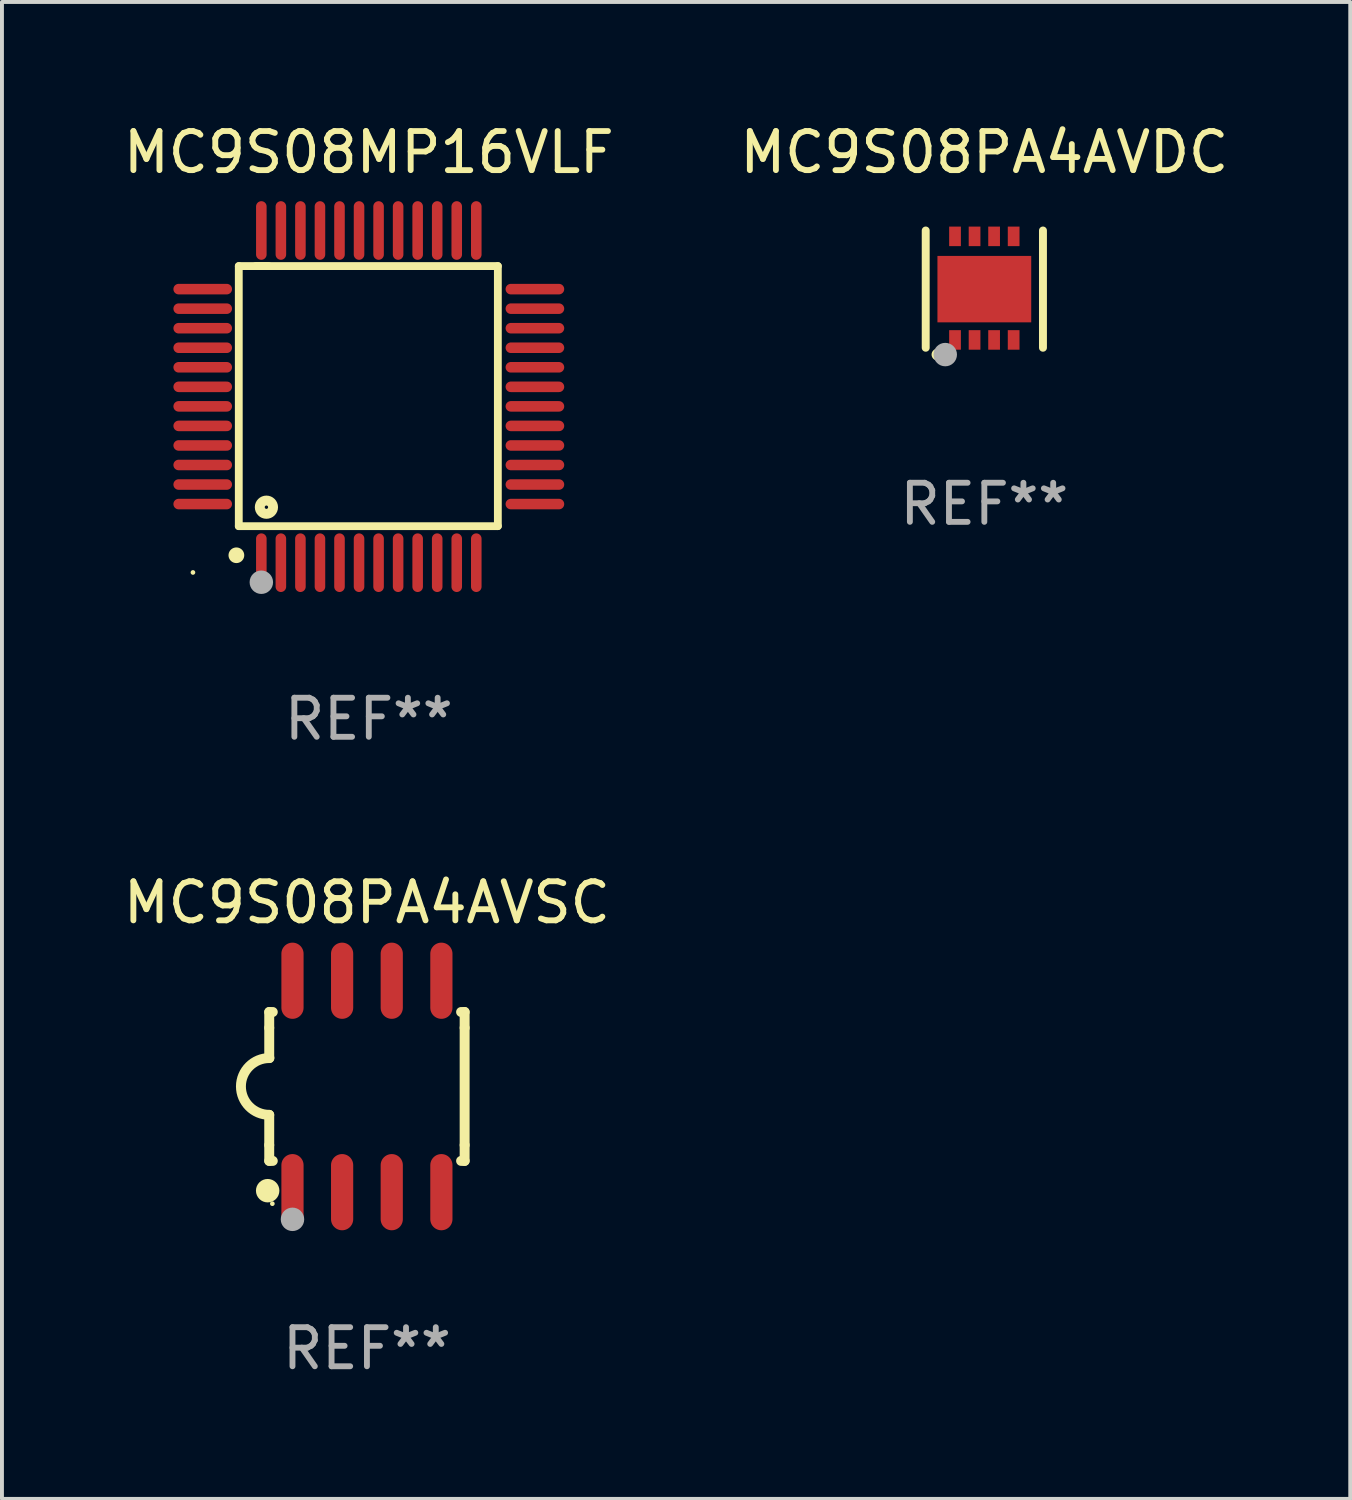
<source format=kicad_pcb>
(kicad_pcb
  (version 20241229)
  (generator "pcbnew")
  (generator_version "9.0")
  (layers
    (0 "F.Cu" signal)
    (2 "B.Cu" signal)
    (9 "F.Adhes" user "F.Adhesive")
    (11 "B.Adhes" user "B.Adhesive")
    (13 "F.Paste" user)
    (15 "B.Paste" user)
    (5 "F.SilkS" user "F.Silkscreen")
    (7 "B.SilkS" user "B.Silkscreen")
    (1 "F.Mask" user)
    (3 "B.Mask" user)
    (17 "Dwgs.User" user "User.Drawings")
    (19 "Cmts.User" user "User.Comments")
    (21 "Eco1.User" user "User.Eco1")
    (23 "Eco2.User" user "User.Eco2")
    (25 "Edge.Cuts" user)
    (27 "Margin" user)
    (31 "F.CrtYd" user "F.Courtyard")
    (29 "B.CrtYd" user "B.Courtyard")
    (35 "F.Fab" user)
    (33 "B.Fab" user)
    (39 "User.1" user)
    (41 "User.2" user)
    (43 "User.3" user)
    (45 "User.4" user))
  (footprint "MC9S08PA4AVSC"
    (layer "F.Cu")
    (at 6.339 24.75)
    (property "Reference" "MC9S08PA4AVSC" (at 0 -4.705 0) (layer "F.SilkS") (effects (font (size 1 1) (thickness 0.15))))
    (attr through_hole)
    (fp_line (start -2.5 -1.905) (end -2.409 -1.905) (stroke (width 0.254) (type solid)) (layer "F.SilkS"))
    (fp_line (start -2.5 -1.5) (end -2.5 -1.905) (stroke (width 0.254) (type solid)) (layer "F.SilkS"))
    (fp_line (start -2.5 -1.5) (end -2.5 -0.726) (stroke (width 0.254) (type solid)) (layer "F.SilkS"))
    (fp_line (start -2.5 1.5) (end -2.5 0.727) (stroke (width 0.254) (type solid)) (layer "F.SilkS"))
    (fp_line (start -2.5 1.5) (end -2.5 1.905) (stroke (width 0.254) (type solid)) (layer "F.SilkS"))
    (fp_line (start -2.5 1.905) (end -2.409 1.905) (stroke (width 0.254) (type solid)) (layer "F.SilkS"))
    (fp_line (start 2.5 -1.905) (end 2.409 -1.905) (stroke (width 0.254) (type solid)) (layer "F.SilkS"))
    (fp_line (start 2.5 -1.5) (end 2.5 -1.905) (stroke (width 0.254) (type solid)) (layer "F.SilkS"))
    (fp_line (start 2.5 -1.5) (end 2.5 1.5) (stroke (width 0.254) (type solid)) (layer "F.SilkS"))
    (fp_line (start 2.5 1.5) (end 2.5 1.905) (stroke (width 0.254) (type solid)) (layer "F.SilkS"))
    (fp_line (start 2.5 1.905) (end 2.409 1.905) (stroke (width 0.254) (type solid)) (layer "F.SilkS"))
    (fp_arc (start -2.5 0.726568) (mid -3.220316 -0.0023) (end -2.495097 -0.726289) (stroke (width 0.254001) (type solid)) (layer "F.SilkS"))
    (fp_circle (center -2.54 2.667) (end -2.39 2.667) (stroke (width 0.3) (type solid)) (fill no) (layer "F.SilkS"))
    (fp_circle (center -2.42 3) (end -2.39 3) (stroke (width 0.06) (type solid)) (fill no) (layer "F.SilkS"))
    (fp_circle (center -1.905 3.4) (end -1.755 3.4) (stroke (width 0.3) (type solid)) (fill no) (layer "F.Fab"))
    (fp_text user "REF**" (at 0 6.705 0) (layer "F.Fab") (effects (font (size 1 1) (thickness 0.15))))
    (pad "1" smd oval (at -1.905 2.705) (size 0.568 1.95) (layers "F.Cu" "F.Mask" "F.Paste"))
    (pad "2" smd oval (at -0.635 2.705) (size 0.568 1.95) (layers "F.Cu" "F.Mask" "F.Paste"))
    (pad "3" smd oval (at 0.635 2.705) (size 0.568 1.95) (layers "F.Cu" "F.Mask" "F.Paste"))
    (pad "4" smd oval (at 1.905 2.705) (size 0.568 1.95) (layers "F.Cu" "F.Mask" "F.Paste"))
    (pad "5" smd oval (at 1.905 -2.705) (size 0.568 1.95) (layers "F.Cu" "F.Mask" "F.Paste"))
    (pad "6" smd oval (at 0.635 -2.705) (size 0.568 1.95) (layers "F.Cu" "F.Mask" "F.Paste"))
    (pad "7" smd oval (at -0.635 -2.705) (size 0.568 1.95) (layers "F.Cu" "F.Mask" "F.Paste"))
    (pad "8" smd oval (at -1.905 -2.705) (size 0.568 1.95) (layers "F.Cu" "F.Mask" "F.Paste")))
  (footprint "MC9S08MP16VLF"
    (layer "F.Cu")
    (at 6.387 7.098)
    (property "Reference" "MC9S08MP16VLF" (at 0 -6.25 0) (layer "F.SilkS") (effects (font (size 1 1) (thickness 0.15))))
    (attr through_hole)
    (fp_line (start -3.327 -3.34) (end -2.565 -3.34) (stroke (width 0.2) (type solid)) (layer "F.SilkS"))
    (fp_line (start -3.327 3.315) (end -3.327 -3.34) (stroke (width 0.2) (type solid)) (layer "F.SilkS"))
    (fp_line (start -2.896 -3.34) (end 3.302 -3.34) (stroke (width 0.2) (type solid)) (layer "F.SilkS"))
    (fp_line (start 3.302 -3.34) (end 3.302 3.315) (stroke (width 0.2) (type solid)) (layer "F.SilkS"))
    (fp_line (start 3.302 3.315) (end -3.327 3.315) (stroke (width 0.2) (type solid)) (layer "F.SilkS"))
    (fp_arc (start -3.389992 4.059995) (mid -3.388722 4.059991) (end -3.387452 4.059995) (stroke (width 0.4) (type solid)) (layer "F.SilkS"))
    (fp_circle (center -4.5 4.5) (end -4.47 4.5) (stroke (width 0.06) (type solid)) (fill no) (layer "F.SilkS"))
    (fp_circle (center -2.62 2.83) (end -2.45 2.83) (stroke (width 0.254) (type solid)) (fill no) (layer "F.SilkS"))
    (fp_circle (center -2.75 4.75) (end -2.6 4.75) (stroke (width 0.3) (type solid)) (fill no) (layer "F.Fab"))
    (fp_text user "REF**" (at 0 8.25 0) (layer "F.Fab") (effects (font (size 1 1) (thickness 0.15))))
    (pad "1" smd oval (at -2.75 4.25) (size 0.27 1.5) (layers "F.Cu" "F.Mask" "F.Paste"))
    (pad "2" smd oval (at -2.25 4.25) (size 0.27 1.5) (layers "F.Cu" "F.Mask" "F.Paste"))
    (pad "3" smd oval (at -1.75 4.25) (size 0.27 1.5) (layers "F.Cu" "F.Mask" "F.Paste"))
    (pad "4" smd oval (at -1.25 4.25) (size 0.27 1.5) (layers "F.Cu" "F.Mask" "F.Paste"))
    (pad "5" smd oval (at -0.75 4.25) (size 0.27 1.5) (layers "F.Cu" "F.Mask" "F.Paste"))
    (pad "6" smd oval (at -0.25 4.25) (size 0.27 1.5) (layers "F.Cu" "F.Mask" "F.Paste"))
    (pad "7" smd oval (at 0.25 4.25) (size 0.27 1.5) (layers "F.Cu" "F.Mask" "F.Paste"))
    (pad "8" smd oval (at 0.75 4.25) (size 0.27 1.5) (layers "F.Cu" "F.Mask" "F.Paste"))
    (pad "9" smd oval (at 1.25 4.25) (size 0.27 1.5) (layers "F.Cu" "F.Mask" "F.Paste"))
    (pad "10" smd oval (at 1.75 4.25) (size 0.27 1.5) (layers "F.Cu" "F.Mask" "F.Paste"))
    (pad "11" smd oval (at 2.25 4.25) (size 0.27 1.5) (layers "F.Cu" "F.Mask" "F.Paste"))
    (pad "12" smd oval (at 2.75 4.25) (size 0.27 1.5) (layers "F.Cu" "F.Mask" "F.Paste"))
    (pad "13" smd oval (at 4.25 2.75) (size 1.5 0.27) (layers "F.Cu" "F.Mask" "F.Paste"))
    (pad "14" smd oval (at 4.25 2.25) (size 1.5 0.27) (layers "F.Cu" "F.Mask" "F.Paste"))
    (pad "15" smd oval (at 4.25 1.75) (size 1.5 0.27) (layers "F.Cu" "F.Mask" "F.Paste"))
    (pad "16" smd oval (at 4.25 1.25) (size 1.5 0.27) (layers "F.Cu" "F.Mask" "F.Paste"))
    (pad "17" smd oval (at 4.25 0.75) (size 1.5 0.27) (layers "F.Cu" "F.Mask" "F.Paste"))
    (pad "18" smd oval (at 4.25 0.25) (size 1.5 0.27) (layers "F.Cu" "F.Mask" "F.Paste"))
    (pad "19" smd oval (at 4.25 -0.25) (size 1.5 0.27) (layers "F.Cu" "F.Mask" "F.Paste"))
    (pad "20" smd oval (at 4.25 -0.75) (size 1.5 0.27) (layers "F.Cu" "F.Mask" "F.Paste"))
    (pad "21" smd oval (at 4.25 -1.25) (size 1.5 0.27) (layers "F.Cu" "F.Mask" "F.Paste"))
    (pad "22" smd oval (at 4.25 -1.75) (size 1.5 0.27) (layers "F.Cu" "F.Mask" "F.Paste"))
    (pad "23" smd oval (at 4.25 -2.25) (size 1.5 0.27) (layers "F.Cu" "F.Mask" "F.Paste"))
    (pad "24" smd oval (at 4.25 -2.75) (size 1.5 0.27) (layers "F.Cu" "F.Mask" "F.Paste"))
    (pad "25" smd oval (at 2.75 -4.25) (size 0.27 1.5) (layers "F.Cu" "F.Mask" "F.Paste"))
    (pad "26" smd oval (at 2.25 -4.25) (size 0.27 1.5) (layers "F.Cu" "F.Mask" "F.Paste"))
    (pad "27" smd oval (at 1.75 -4.25) (size 0.27 1.5) (layers "F.Cu" "F.Mask" "F.Paste"))
    (pad "28" smd oval (at 1.25 -4.25) (size 0.27 1.5) (layers "F.Cu" "F.Mask" "F.Paste"))
    (pad "29" smd oval (at 0.75 -4.25) (size 0.27 1.5) (layers "F.Cu" "F.Mask" "F.Paste"))
    (pad "30" smd oval (at 0.25 -4.25) (size 0.27 1.5) (layers "F.Cu" "F.Mask" "F.Paste"))
    (pad "31" smd oval (at -0.25 -4.25) (size 0.27 1.5) (layers "F.Cu" "F.Mask" "F.Paste"))
    (pad "32" smd oval (at -0.75 -4.25) (size 0.27 1.5) (layers "F.Cu" "F.Mask" "F.Paste"))
    (pad "33" smd oval (at -1.25 -4.25) (size 0.27 1.5) (layers "F.Cu" "F.Mask" "F.Paste"))
    (pad "34" smd oval (at -1.75 -4.25) (size 0.27 1.5) (layers "F.Cu" "F.Mask" "F.Paste"))
    (pad "35" smd oval (at -2.25 -4.25) (size 0.27 1.5) (layers "F.Cu" "F.Mask" "F.Paste"))
    (pad "36" smd oval (at -2.75 -4.25) (size 0.27 1.5) (layers "F.Cu" "F.Mask" "F.Paste"))
    (pad "37" smd oval (at -4.25 -2.75) (size 1.5 0.27) (layers "F.Cu" "F.Mask" "F.Paste"))
    (pad "38" smd oval (at -4.25 -2.25) (size 1.5 0.27) (layers "F.Cu" "F.Mask" "F.Paste"))
    (pad "39" smd oval (at -4.25 -1.75) (size 1.5 0.27) (layers "F.Cu" "F.Mask" "F.Paste"))
    (pad "40" smd oval (at -4.25 -1.25) (size 1.5 0.27) (layers "F.Cu" "F.Mask" "F.Paste"))
    (pad "41" smd oval (at -4.25 -0.75) (size 1.5 0.27) (layers "F.Cu" "F.Mask" "F.Paste"))
    (pad "42" smd oval (at -4.25 -0.25) (size 1.5 0.27) (layers "F.Cu" "F.Mask" "F.Paste"))
    (pad "43" smd oval (at -4.25 0.25) (size 1.5 0.27) (layers "F.Cu" "F.Mask" "F.Paste"))
    (pad "44" smd oval (at -4.25 0.75) (size 1.5 0.27) (layers "F.Cu" "F.Mask" "F.Paste"))
    (pad "45" smd oval (at -4.25 1.25) (size 1.5 0.27) (layers "F.Cu" "F.Mask" "F.Paste"))
    (pad "46" smd oval (at -4.25 1.75) (size 1.5 0.27) (layers "F.Cu" "F.Mask" "F.Paste"))
    (pad "47" smd oval (at -4.25 2.25) (size 1.5 0.27) (layers "F.Cu" "F.Mask" "F.Paste"))
    (pad "48" smd oval (at -4.25 2.75) (size 1.5 0.27) (layers "F.Cu" "F.Mask" "F.Paste")))
  (footprint "MC9S08PA4AVDC"
    (layer "F.Cu")
    (at 22.137 4.348)
    (property "Reference" "MC9S08PA4AVDC" (at 0 -3.5 0) (layer "F.SilkS") (effects (font (size 1 1) (thickness 0.15))))
    (attr through_hole)
    (fp_line (start -1.5 1.5) (end -1.5 -1.5) (stroke (width 0.203) (type solid)) (layer "F.SilkS"))
    (fp_line (start 1.5 1.5) (end 1.5 -1.5) (stroke (width 0.203) (type solid)) (layer "F.SilkS"))
    (fp_arc (start -1.200127 1.675133) (mid -1.198857 1.675127) (end -1.197587 1.675133) (stroke (width 0.3) (type solid)) (layer "F.SilkS"))
    (fp_circle (center -1.5 1.475) (end -1.47 1.475) (stroke (width 0.06) (type solid)) (fill no) (layer "F.SilkS"))
    (fp_circle (center -1 1.675) (end -0.85 1.675) (stroke (width 0.3) (type solid)) (fill no) (layer "F.Fab"))
    (fp_text user "REF**" (at 0 5.5 0) (layer "F.Fab") (effects (font (size 1 1) (thickness 0.15))))
    (pad "1" smd rect (at -0.75 1.3) (size 0.3 0.5) (layers "F.Cu" "F.Mask" "F.Paste"))
    (pad "2" smd rect (at -0.25 1.3) (size 0.3 0.5) (layers "F.Cu" "F.Mask" "F.Paste"))
    (pad "3" smd rect (at 0.25 1.3) (size 0.3 0.5) (layers "F.Cu" "F.Mask" "F.Paste"))
    (pad "4" smd rect (at 0.75 1.3) (size 0.3 0.5) (layers "F.Cu" "F.Mask" "F.Paste"))
    (pad "5" smd rect (at 0.75 -1.35) (size 0.3 0.5) (layers "F.Cu" "F.Mask" "F.Paste"))
    (pad "6" smd rect (at 0.25 -1.35) (size 0.3 0.5) (layers "F.Cu" "F.Mask" "F.Paste"))
    (pad "7" smd rect (at -0.25 -1.35) (size 0.3 0.5) (layers "F.Cu" "F.Mask" "F.Paste"))
    (pad "8" smd rect (at -0.75 -1.35) (size 0.3 0.5) (layers "F.Cu" "F.Mask" "F.Paste"))
    (pad "9" smd rect (at 0 0.000254) (size 2.4 1.7) (layers "F.Cu" "F.Mask" "F.Paste")))
  (gr_rect
    (start -3 -3)
    (end 31.5 35.303)
    (stroke (width 0.1) (type default))
    (fill no)
    (layer "Edge.Cuts")))
</source>
